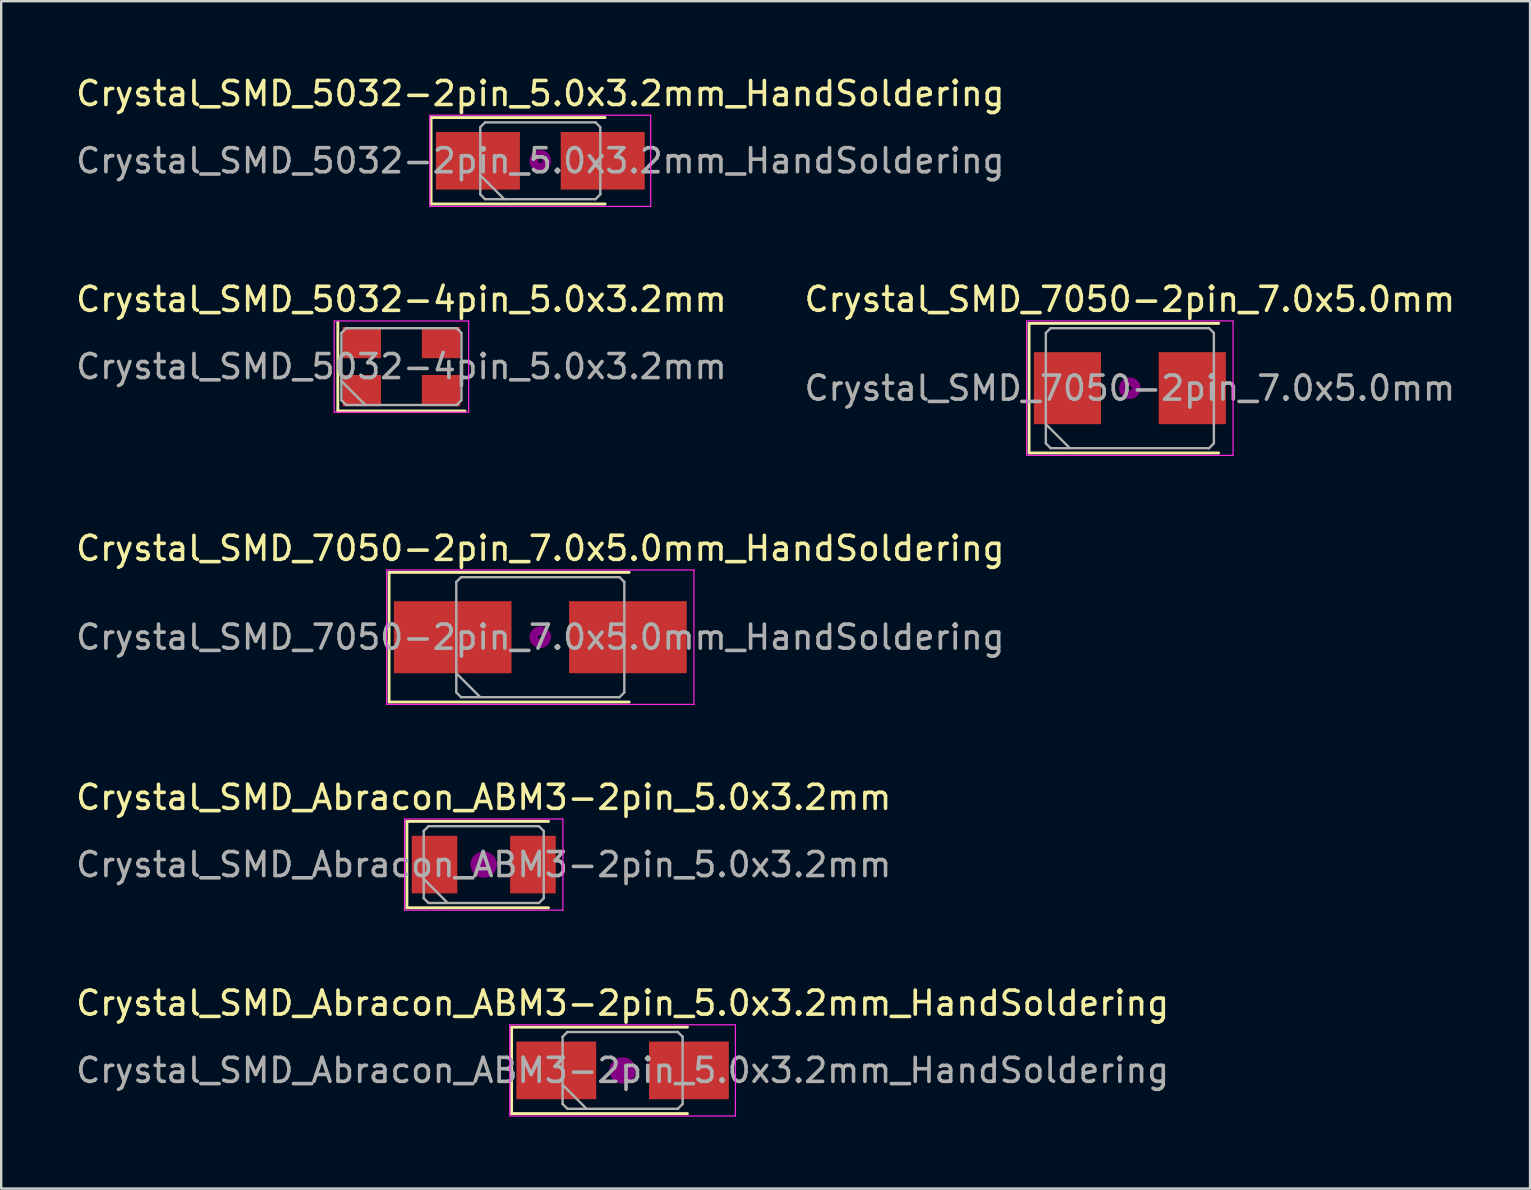
<source format=kicad_pcb>
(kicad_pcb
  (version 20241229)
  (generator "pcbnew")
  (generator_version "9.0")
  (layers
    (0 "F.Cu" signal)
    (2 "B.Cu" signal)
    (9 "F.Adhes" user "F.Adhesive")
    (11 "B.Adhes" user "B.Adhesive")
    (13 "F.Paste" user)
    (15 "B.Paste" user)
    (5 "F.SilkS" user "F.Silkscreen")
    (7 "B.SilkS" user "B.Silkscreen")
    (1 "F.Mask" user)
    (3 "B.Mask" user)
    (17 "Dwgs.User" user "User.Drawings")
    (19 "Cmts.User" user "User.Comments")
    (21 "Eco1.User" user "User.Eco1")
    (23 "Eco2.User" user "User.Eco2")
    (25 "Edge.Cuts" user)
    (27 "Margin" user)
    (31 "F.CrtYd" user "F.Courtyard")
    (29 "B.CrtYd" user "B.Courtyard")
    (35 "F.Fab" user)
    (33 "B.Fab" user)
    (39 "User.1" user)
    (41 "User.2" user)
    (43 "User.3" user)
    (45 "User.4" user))
  (footprint "Crystal_SMD_7050-2pin_7.0x5.0mm"
    (layer "F.Cu")
    (at 44.018 13.121)
    (property "Reference" "Crystal_SMD_7050-2pin_7.0x5.0mm" (at 0 -3.7 0) (layer "F.SilkS") (effects (font (size 1 1) (thickness 0.15))))
    (attr smd)
    (fp_line (start -4.2 -2.7) (end -4.2 2.7) (stroke (width 0.12) (type solid)) (layer "F.SilkS"))
    (fp_line (start -4.2 2.7) (end 3.7 2.7) (stroke (width 0.12) (type solid)) (layer "F.SilkS"))
    (fp_line (start 3.7 -2.7) (end -4.2 -2.7) (stroke (width 0.12) (type solid)) (layer "F.SilkS"))
    (fp_circle (center 0 0) (end 0.093 0) (stroke (width 0.187) (type solid)) (fill no) (layer "F.Adhes"))
    (fp_circle (center 0 0) (end 0.213 0) (stroke (width 0.133) (type solid)) (fill no) (layer "F.Adhes"))
    (fp_circle (center 0 0) (end 0.333 0) (stroke (width 0.133) (type solid)) (fill no) (layer "F.Adhes"))
    (fp_circle (center 0 0) (end 0.4 0) (stroke (width 0.1) (type solid)) (fill no) (layer "F.Adhes"))
    (fp_line (start -4.3 -2.8) (end -4.3 2.8) (stroke (width 0.05) (type solid)) (layer "F.CrtYd"))
    (fp_line (start -4.3 2.8) (end 4.3 2.8) (stroke (width 0.05) (type solid)) (layer "F.CrtYd"))
    (fp_line (start 4.3 -2.8) (end -4.3 -2.8) (stroke (width 0.05) (type solid)) (layer "F.CrtYd"))
    (fp_line (start 4.3 2.8) (end 4.3 -2.8) (stroke (width 0.05) (type solid)) (layer "F.CrtYd"))
    (fp_line (start -3.5 -2.3) (end -3.3 -2.5) (stroke (width 0.1) (type solid)) (layer "F.Fab"))
    (fp_line (start -3.5 1.5) (end -2.5 2.5) (stroke (width 0.1) (type solid)) (layer "F.Fab"))
    (fp_line (start -3.5 2.3) (end -3.5 -2.3) (stroke (width 0.1) (type solid)) (layer "F.Fab"))
    (fp_line (start -3.3 -2.5) (end 3.3 -2.5) (stroke (width 0.1) (type solid)) (layer "F.Fab"))
    (fp_line (start -3.3 2.5) (end -3.5 2.3) (stroke (width 0.1) (type solid)) (layer "F.Fab"))
    (fp_line (start 3.3 -2.5) (end 3.5 -2.3) (stroke (width 0.1) (type solid)) (layer "F.Fab"))
    (fp_line (start 3.3 2.5) (end -3.3 2.5) (stroke (width 0.1) (type solid)) (layer "F.Fab"))
    (fp_line (start 3.5 -2.3) (end 3.5 2.3) (stroke (width 0.1) (type solid)) (layer "F.Fab"))
    (fp_line (start 3.5 2.3) (end 3.3 2.5) (stroke (width 0.1) (type solid)) (layer "F.Fab"))
    (fp_text user "${REFERENCE}" (at 0 0 0) (layer "F.Fab") (effects (font (size 1 1) (thickness 0.15))))
    (pad "1" smd rect (at -2.6 0) (size 2.8 3) (layers "F.Cu" "F.Mask" "F.Paste"))
    (pad "2" smd rect (at 2.6 0) (size 2.8 3) (layers "F.Cu" "F.Mask" "F.Paste")))
  (footprint "Crystal_SMD_Abracon_ABM3-2pin_5.0x3.2mm"
    (layer "F.Cu")
    (at 17.101 32.968)
    (property "Reference" "Crystal_SMD_Abracon_ABM3-2pin_5.0x3.2mm" (at 0 -2.8 0) (layer "F.SilkS") (effects (font (size 1 1) (thickness 0.15))))
    (attr smd)
    (fp_line (start -3.2 -1.8) (end -3.2 1.8) (stroke (width 0.12) (type solid)) (layer "F.SilkS"))
    (fp_line (start -3.2 1.8) (end 2.7 1.8) (stroke (width 0.12) (type solid)) (layer "F.SilkS"))
    (fp_line (start 2.7 -1.8) (end -3.2 -1.8) (stroke (width 0.12) (type solid)) (layer "F.SilkS"))
    (fp_circle (center 0 0) (end 0.117 0) (stroke (width 0.233) (type solid)) (fill no) (layer "F.Adhes"))
    (fp_circle (center 0 0) (end 0.267 0) (stroke (width 0.167) (type solid)) (fill no) (layer "F.Adhes"))
    (fp_circle (center 0 0) (end 0.417 0) (stroke (width 0.167) (type solid)) (fill no) (layer "F.Adhes"))
    (fp_circle (center 0 0) (end 0.5 0) (stroke (width 0.1) (type solid)) (fill no) (layer "F.Adhes"))
    (fp_line (start -3.3 -1.9) (end -3.3 1.9) (stroke (width 0.05) (type solid)) (layer "F.CrtYd"))
    (fp_line (start -3.3 1.9) (end 3.3 1.9) (stroke (width 0.05) (type solid)) (layer "F.CrtYd"))
    (fp_line (start 3.3 -1.9) (end -3.3 -1.9) (stroke (width 0.05) (type solid)) (layer "F.CrtYd"))
    (fp_line (start 3.3 1.9) (end 3.3 -1.9) (stroke (width 0.05) (type solid)) (layer "F.CrtYd"))
    (fp_line (start -2.5 -1.4) (end -2.3 -1.6) (stroke (width 0.1) (type solid)) (layer "F.Fab"))
    (fp_line (start -2.5 0.6) (end -1.5 1.6) (stroke (width 0.1) (type solid)) (layer "F.Fab"))
    (fp_line (start -2.5 1.4) (end -2.5 -1.4) (stroke (width 0.1) (type solid)) (layer "F.Fab"))
    (fp_line (start -2.3 -1.6) (end 2.3 -1.6) (stroke (width 0.1) (type solid)) (layer "F.Fab"))
    (fp_line (start -2.3 1.6) (end -2.5 1.4) (stroke (width 0.1) (type solid)) (layer "F.Fab"))
    (fp_line (start 2.3 -1.6) (end 2.5 -1.4) (stroke (width 0.1) (type solid)) (layer "F.Fab"))
    (fp_line (start 2.3 1.6) (end -2.3 1.6) (stroke (width 0.1) (type solid)) (layer "F.Fab"))
    (fp_line (start 2.5 -1.4) (end 2.5 1.4) (stroke (width 0.1) (type solid)) (layer "F.Fab"))
    (fp_line (start 2.5 1.4) (end 2.3 1.6) (stroke (width 0.1) (type solid)) (layer "F.Fab"))
    (fp_text user "${REFERENCE}" (at 0 0 0) (layer "F.Fab") (effects (font (size 1 1) (thickness 0.15))))
    (pad "1" smd rect (at -2.05 0) (size 1.9 2.4) (layers "F.Cu" "F.Mask" "F.Paste"))
    (pad "2" smd rect (at 2.05 0) (size 1.9 2.4) (layers "F.Cu" "F.Mask" "F.Paste")))
  (footprint "Crystal_SMD_Abracon_ABM3-2pin_5.0x3.2mm_HandSoldering"
    (layer "F.Cu")
    (at 22.887 41.541)
    (property "Reference" "Crystal_SMD_Abracon_ABM3-2pin_5.0x3.2mm_HandSoldering" (at 0 -2.8 0) (layer "F.SilkS") (effects (font (size 1 1) (thickness 0.15))))
    (attr smd)
    (fp_line (start -4.625 -1.8) (end -4.625 1.8) (stroke (width 0.12) (type solid)) (layer "F.SilkS"))
    (fp_line (start -4.625 1.8) (end 2.7 1.8) (stroke (width 0.12) (type solid)) (layer "F.SilkS"))
    (fp_line (start 2.7 -1.8) (end -4.625 -1.8) (stroke (width 0.12) (type solid)) (layer "F.SilkS"))
    (fp_circle (center 0 0) (end 0.117 0) (stroke (width 0.233) (type solid)) (fill no) (layer "F.Adhes"))
    (fp_circle (center 0 0) (end 0.267 0) (stroke (width 0.167) (type solid)) (fill no) (layer "F.Adhes"))
    (fp_circle (center 0 0) (end 0.417 0) (stroke (width 0.167) (type solid)) (fill no) (layer "F.Adhes"))
    (fp_circle (center 0 0) (end 0.5 0) (stroke (width 0.1) (type solid)) (fill no) (layer "F.Adhes"))
    (fp_line (start -4.7 -1.9) (end -4.7 1.9) (stroke (width 0.05) (type solid)) (layer "F.CrtYd"))
    (fp_line (start -4.7 1.9) (end 4.7 1.9) (stroke (width 0.05) (type solid)) (layer "F.CrtYd"))
    (fp_line (start 4.7 -1.9) (end -4.7 -1.9) (stroke (width 0.05) (type solid)) (layer "F.CrtYd"))
    (fp_line (start 4.7 1.9) (end 4.7 -1.9) (stroke (width 0.05) (type solid)) (layer "F.CrtYd"))
    (fp_line (start -2.5 -1.4) (end -2.3 -1.6) (stroke (width 0.1) (type solid)) (layer "F.Fab"))
    (fp_line (start -2.5 0.6) (end -1.5 1.6) (stroke (width 0.1) (type solid)) (layer "F.Fab"))
    (fp_line (start -2.5 1.4) (end -2.5 -1.4) (stroke (width 0.1) (type solid)) (layer "F.Fab"))
    (fp_line (start -2.3 -1.6) (end 2.3 -1.6) (stroke (width 0.1) (type solid)) (layer "F.Fab"))
    (fp_line (start -2.3 1.6) (end -2.5 1.4) (stroke (width 0.1) (type solid)) (layer "F.Fab"))
    (fp_line (start 2.3 -1.6) (end 2.5 -1.4) (stroke (width 0.1) (type solid)) (layer "F.Fab"))
    (fp_line (start 2.3 1.6) (end -2.3 1.6) (stroke (width 0.1) (type solid)) (layer "F.Fab"))
    (fp_line (start 2.5 -1.4) (end 2.5 1.4) (stroke (width 0.1) (type solid)) (layer "F.Fab"))
    (fp_line (start 2.5 1.4) (end 2.3 1.6) (stroke (width 0.1) (type solid)) (layer "F.Fab"))
    (fp_text user "${REFERENCE}" (at 0 0 0) (layer "F.Fab") (effects (font (size 1 1) (thickness 0.15))))
    (pad "1" smd rect (at -2.763 0) (size 3.325 2.4) (layers "F.Cu" "F.Mask" "F.Paste"))
    (pad "2" smd rect (at 2.763 0) (size 3.325 2.4) (layers "F.Cu" "F.Mask" "F.Paste")))
  (footprint "Crystal_SMD_7050-2pin_7.0x5.0mm_HandSoldering"
    (layer "F.Cu")
    (at 19.458 23.495)
    (property "Reference" "Crystal_SMD_7050-2pin_7.0x5.0mm_HandSoldering" (at 0 -3.7 0) (layer "F.SilkS") (effects (font (size 1 1) (thickness 0.15))))
    (attr smd)
    (fp_line (start -6.3 -2.7) (end -6.3 2.7) (stroke (width 0.12) (type solid)) (layer "F.SilkS"))
    (fp_line (start -6.3 2.7) (end 3.7 2.7) (stroke (width 0.12) (type solid)) (layer "F.SilkS"))
    (fp_line (start 3.7 -2.7) (end -6.3 -2.7) (stroke (width 0.12) (type solid)) (layer "F.SilkS"))
    (fp_circle (center 0 0) (end 0.093 0) (stroke (width 0.187) (type solid)) (fill no) (layer "F.Adhes"))
    (fp_circle (center 0 0) (end 0.213 0) (stroke (width 0.133) (type solid)) (fill no) (layer "F.Adhes"))
    (fp_circle (center 0 0) (end 0.333 0) (stroke (width 0.133) (type solid)) (fill no) (layer "F.Adhes"))
    (fp_circle (center 0 0) (end 0.4 0) (stroke (width 0.1) (type solid)) (fill no) (layer "F.Adhes"))
    (fp_line (start -6.4 -2.8) (end -6.4 2.8) (stroke (width 0.05) (type solid)) (layer "F.CrtYd"))
    (fp_line (start -6.4 2.8) (end 6.4 2.8) (stroke (width 0.05) (type solid)) (layer "F.CrtYd"))
    (fp_line (start 6.4 -2.8) (end -6.4 -2.8) (stroke (width 0.05) (type solid)) (layer "F.CrtYd"))
    (fp_line (start 6.4 2.8) (end 6.4 -2.8) (stroke (width 0.05) (type solid)) (layer "F.CrtYd"))
    (fp_line (start -3.5 -2.3) (end -3.3 -2.5) (stroke (width 0.1) (type solid)) (layer "F.Fab"))
    (fp_line (start -3.5 1.5) (end -2.5 2.5) (stroke (width 0.1) (type solid)) (layer "F.Fab"))
    (fp_line (start -3.5 2.3) (end -3.5 -2.3) (stroke (width 0.1) (type solid)) (layer "F.Fab"))
    (fp_line (start -3.3 -2.5) (end 3.3 -2.5) (stroke (width 0.1) (type solid)) (layer "F.Fab"))
    (fp_line (start -3.3 2.5) (end -3.5 2.3) (stroke (width 0.1) (type solid)) (layer "F.Fab"))
    (fp_line (start 3.3 -2.5) (end 3.5 -2.3) (stroke (width 0.1) (type solid)) (layer "F.Fab"))
    (fp_line (start 3.3 2.5) (end -3.3 2.5) (stroke (width 0.1) (type solid)) (layer "F.Fab"))
    (fp_line (start 3.5 -2.3) (end 3.5 2.3) (stroke (width 0.1) (type solid)) (layer "F.Fab"))
    (fp_line (start 3.5 2.3) (end 3.3 2.5) (stroke (width 0.1) (type solid)) (layer "F.Fab"))
    (fp_text user "${REFERENCE}" (at 0 0 0) (layer "F.Fab") (effects (font (size 1 1) (thickness 0.15))))
    (pad "1" smd rect (at -3.65 0) (size 4.9 3) (layers "F.Cu" "F.Mask" "F.Paste"))
    (pad "2" smd rect (at 3.65 0) (size 4.9 3) (layers "F.Cu" "F.Mask" "F.Paste")))
  (footprint "Crystal_SMD_5032-4pin_5.0x3.2mm"
    (layer "F.Cu")
    (at 13.673 12.222)
    (property "Reference" "Crystal_SMD_5032-4pin_5.0x3.2mm" (at 0 -2.8 0) (layer "F.SilkS") (effects (font (size 1 1) (thickness 0.15))))
    (attr smd)
    (fp_line (start -2.65 -1.85) (end -2.65 1.85) (stroke (width 0.12) (type solid)) (layer "F.SilkS"))
    (fp_line (start -2.65 1.85) (end 2.65 1.85) (stroke (width 0.12) (type solid)) (layer "F.SilkS"))
    (fp_line (start -2.8 -1.9) (end -2.8 1.9) (stroke (width 0.05) (type solid)) (layer "F.CrtYd"))
    (fp_line (start -2.8 1.9) (end 2.8 1.9) (stroke (width 0.05) (type solid)) (layer "F.CrtYd"))
    (fp_line (start 2.8 -1.9) (end -2.8 -1.9) (stroke (width 0.05) (type solid)) (layer "F.CrtYd"))
    (fp_line (start 2.8 1.9) (end 2.8 -1.9) (stroke (width 0.05) (type solid)) (layer "F.CrtYd"))
    (fp_line (start -2.5 -1.4) (end -2.3 -1.6) (stroke (width 0.1) (type solid)) (layer "F.Fab"))
    (fp_line (start -2.5 0.6) (end -1.5 1.6) (stroke (width 0.1) (type solid)) (layer "F.Fab"))
    (fp_line (start -2.5 1.4) (end -2.5 -1.4) (stroke (width 0.1) (type solid)) (layer "F.Fab"))
    (fp_line (start -2.3 -1.6) (end 2.3 -1.6) (stroke (width 0.1) (type solid)) (layer "F.Fab"))
    (fp_line (start -2.3 1.6) (end -2.5 1.4) (stroke (width 0.1) (type solid)) (layer "F.Fab"))
    (fp_line (start 2.3 -1.6) (end 2.5 -1.4) (stroke (width 0.1) (type solid)) (layer "F.Fab"))
    (fp_line (start 2.3 1.6) (end -2.3 1.6) (stroke (width 0.1) (type solid)) (layer "F.Fab"))
    (fp_line (start 2.5 -1.4) (end 2.5 1.4) (stroke (width 0.1) (type solid)) (layer "F.Fab"))
    (fp_line (start 2.5 1.4) (end 2.3 1.6) (stroke (width 0.1) (type solid)) (layer "F.Fab"))
    (fp_text user "${REFERENCE}" (at 0 0 0) (layer "F.Fab") (effects (font (size 1 1) (thickness 0.15))))
    (pad "1" smd rect (at -1.65 1) (size 1.6 1.3) (layers "F.Cu" "F.Mask" "F.Paste"))
    (pad "2" smd rect (at 1.65 1) (size 1.6 1.3) (layers "F.Cu" "F.Mask" "F.Paste"))
    (pad "3" smd rect (at 1.65 -1) (size 1.6 1.3) (layers "F.Cu" "F.Mask" "F.Paste"))
    (pad "4" smd rect (at -1.65 -1) (size 1.6 1.3) (layers "F.Cu" "F.Mask" "F.Paste")))
  (footprint "Crystal_SMD_5032-2pin_5.0x3.2mm_HandSoldering"
    (layer "F.Cu")
    (at 19.458 3.648)
    (property "Reference" "Crystal_SMD_5032-2pin_5.0x3.2mm_HandSoldering" (at 0 -2.8 0) (layer "F.SilkS") (effects (font (size 1 1) (thickness 0.15))))
    (attr smd)
    (fp_line (start -4.55 -1.8) (end -4.55 1.8) (stroke (width 0.12) (type solid)) (layer "F.SilkS"))
    (fp_line (start -4.55 1.8) (end 2.7 1.8) (stroke (width 0.12) (type solid)) (layer "F.SilkS"))
    (fp_line (start 2.7 -1.8) (end -4.55 -1.8) (stroke (width 0.12) (type solid)) (layer "F.SilkS"))
    (fp_circle (center 0 0) (end 0.093 0) (stroke (width 0.187) (type solid)) (fill no) (layer "F.Adhes"))
    (fp_circle (center 0 0) (end 0.213 0) (stroke (width 0.133) (type solid)) (fill no) (layer "F.Adhes"))
    (fp_circle (center 0 0) (end 0.333 0) (stroke (width 0.133) (type solid)) (fill no) (layer "F.Adhes"))
    (fp_circle (center 0 0) (end 0.4 0) (stroke (width 0.1) (type solid)) (fill no) (layer "F.Adhes"))
    (fp_line (start -4.6 -1.9) (end -4.6 1.9) (stroke (width 0.05) (type solid)) (layer "F.CrtYd"))
    (fp_line (start -4.6 1.9) (end 4.6 1.9) (stroke (width 0.05) (type solid)) (layer "F.CrtYd"))
    (fp_line (start 4.6 -1.9) (end -4.6 -1.9) (stroke (width 0.05) (type solid)) (layer "F.CrtYd"))
    (fp_line (start 4.6 1.9) (end 4.6 -1.9) (stroke (width 0.05) (type solid)) (layer "F.CrtYd"))
    (fp_line (start -2.5 -1.4) (end -2.3 -1.6) (stroke (width 0.1) (type solid)) (layer "F.Fab"))
    (fp_line (start -2.5 0.6) (end -1.5 1.6) (stroke (width 0.1) (type solid)) (layer "F.Fab"))
    (fp_line (start -2.5 1.4) (end -2.5 -1.4) (stroke (width 0.1) (type solid)) (layer "F.Fab"))
    (fp_line (start -2.3 -1.6) (end 2.3 -1.6) (stroke (width 0.1) (type solid)) (layer "F.Fab"))
    (fp_line (start -2.3 1.6) (end -2.5 1.4) (stroke (width 0.1) (type solid)) (layer "F.Fab"))
    (fp_line (start 2.3 -1.6) (end 2.5 -1.4) (stroke (width 0.1) (type solid)) (layer "F.Fab"))
    (fp_line (start 2.3 1.6) (end -2.3 1.6) (stroke (width 0.1) (type solid)) (layer "F.Fab"))
    (fp_line (start 2.5 -1.4) (end 2.5 1.4) (stroke (width 0.1) (type solid)) (layer "F.Fab"))
    (fp_line (start 2.5 1.4) (end 2.3 1.6) (stroke (width 0.1) (type solid)) (layer "F.Fab"))
    (fp_text user "${REFERENCE}" (at 0 0 0) (layer "F.Fab") (effects (font (size 1 1) (thickness 0.15))))
    (pad "1" smd rect (at -2.6 0) (size 3.5 2.4) (layers "F.Cu" "F.Mask" "F.Paste"))
    (pad "2" smd rect (at 2.6 0) (size 3.5 2.4) (layers "F.Cu" "F.Mask" "F.Paste")))
  (gr_rect
    (start -3 -3)
    (end 60.69 46.466)
    (stroke (width 0.1) (type default))
    (fill no)
    (layer "Edge.Cuts")))
</source>
